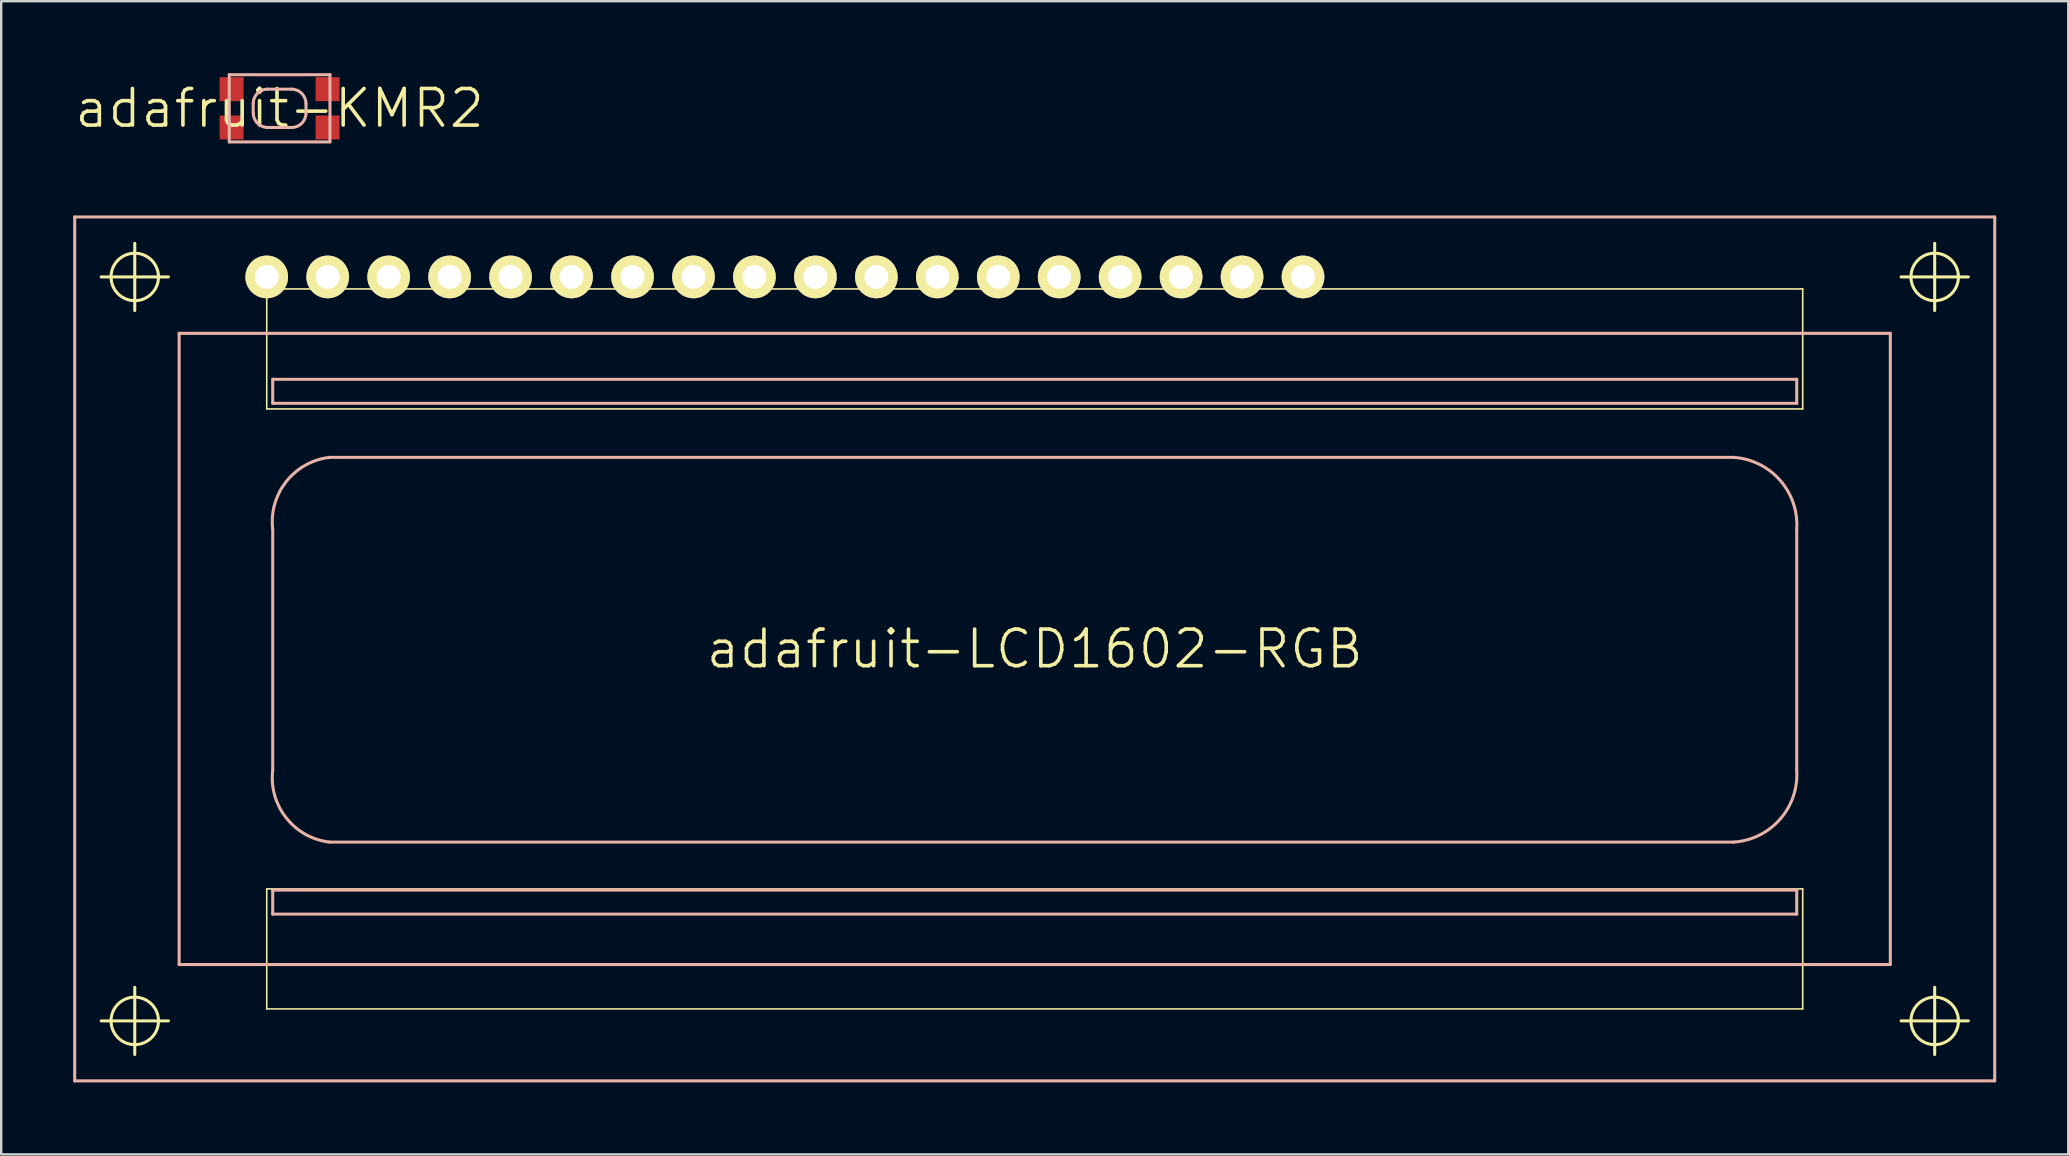
<source format=kicad_pcb>
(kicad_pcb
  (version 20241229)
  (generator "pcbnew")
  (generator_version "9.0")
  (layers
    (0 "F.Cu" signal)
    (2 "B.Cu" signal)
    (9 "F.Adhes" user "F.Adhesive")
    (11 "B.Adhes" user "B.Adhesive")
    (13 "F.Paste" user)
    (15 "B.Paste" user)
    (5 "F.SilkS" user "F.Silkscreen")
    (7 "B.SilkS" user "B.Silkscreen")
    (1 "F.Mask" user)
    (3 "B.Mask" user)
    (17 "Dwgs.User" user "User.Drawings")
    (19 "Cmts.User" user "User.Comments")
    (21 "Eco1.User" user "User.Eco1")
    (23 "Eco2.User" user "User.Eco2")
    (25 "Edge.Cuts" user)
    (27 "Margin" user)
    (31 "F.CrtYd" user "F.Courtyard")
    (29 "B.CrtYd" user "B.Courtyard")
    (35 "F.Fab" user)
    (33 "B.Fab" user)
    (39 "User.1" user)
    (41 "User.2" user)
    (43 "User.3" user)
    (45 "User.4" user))
  (footprint "adafruit-KMR2"
    (layer "F.Cu")
    (at 8.6 1.463)
    (property "Reference" "adafruit-KMR2" (at 0 0 0) (layer "F.SilkS") (effects (font (size 1.524 1.524) (thickness 0.15))))
    (attr smd)
    (fp_line (start -2.098 -1.4) (end 2.098 -1.4) (stroke (width 0.127) (type solid)) (layer "B.SilkS"))
    (fp_line (start -2.098 1.4) (end -2.098 -1.4) (stroke (width 0.127) (type solid)) (layer "B.SilkS"))
    (fp_line (start -1.1 0.198) (end -1.1 -0.198) (stroke (width 0.127) (type solid)) (layer "B.SilkS"))
    (fp_line (start -0.498 -0.798) (end 0.498 -0.798) (stroke (width 0.127) (type solid)) (layer "B.SilkS"))
    (fp_line (start 0.498 0.798) (end -0.498 0.798) (stroke (width 0.127) (type solid)) (layer "B.SilkS"))
    (fp_line (start 1.1 -0.198) (end 1.1 0.198) (stroke (width 0.127) (type solid)) (layer "B.SilkS"))
    (fp_line (start 2.098 -1.4) (end 2.098 1.4) (stroke (width 0.127) (type solid)) (layer "B.SilkS"))
    (fp_line (start 2.098 1.4) (end -2.098 1.4) (stroke (width 0.127) (type solid)) (layer "B.SilkS"))
    (fp_arc (start -1.09982 -0.19812) (mid -0.923504 -0.623784) (end -0.49784 -0.8001) (stroke (width 0.127) (type solid)) (layer "B.SilkS"))
    (fp_arc (start -0.49784 0.79756) (mid -0.921708 0.621988) (end -1.09728 0.19812) (stroke (width 0.127) (type solid)) (layer "B.SilkS"))
    (fp_arc (start 0.49784 -0.79756) (mid 0.921708 -0.621988) (end 1.09728 -0.19812) (stroke (width 0.127) (type solid)) (layer "B.SilkS"))
    (fp_arc (start 1.09982 0.19812) (mid 0.923504 0.623784) (end 0.49784 0.8001) (stroke (width 0.127) (type solid)) (layer "B.SilkS"))
    (pad "1" smd rect (at 1.999 -0.798) (size 0.998 0.998) (layers "F.Cu" "F.Mask" "F.Paste"))
    (pad "2" smd rect (at 1.999 0.798) (size 0.998 0.998) (layers "F.Cu" "F.Mask" "F.Paste"))
    (pad "3" smd rect (at -1.999 -0.798) (size 0.998 0.998) (layers "F.Cu" "F.Mask" "F.Paste"))
    (pad "4" smd rect (at -1.999 0.798) (size 0.998 0.998) (layers "F.Cu" "F.Mask" "F.Paste")))
  (footprint "adafruit-LCD1602-RGB"
    (layer "F.Cu")
    (at 40.063 23.988)
    (property "Reference" "adafruit-LCD1602-RGB" (at 0 0 0) (layer "F.SilkS") (effects (font (size 1.524 1.524) (thickness 0.15))))
    (attr exclude_from_pos_files exclude_from_bom)
    (fp_line (start -38.898 -15.499) (end -36.098 -15.499) (stroke (width 0.127) (type solid)) (layer "F.SilkS"))
    (fp_line (start -38.898 15.499) (end -36.098 15.499) (stroke (width 0.127) (type solid)) (layer "F.SilkS"))
    (fp_line (start -37.498 -14.1) (end -37.498 -16.899) (stroke (width 0.127) (type solid)) (layer "F.SilkS"))
    (fp_line (start -37.498 16.899) (end -37.498 14.1) (stroke (width 0.127) (type solid)) (layer "F.SilkS"))
    (fp_line (start -31.999 -14.999) (end 31.999 -14.999) (stroke (width 0.066) (type solid)) (layer "F.SilkS"))
    (fp_line (start -31.999 -10) (end -31.999 -14.999) (stroke (width 0.066) (type solid)) (layer "F.SilkS"))
    (fp_line (start -31.999 -10) (end 31.999 -10) (stroke (width 0.066) (type solid)) (layer "F.SilkS"))
    (fp_line (start -31.999 10) (end 31.999 10) (stroke (width 0.066) (type solid)) (layer "F.SilkS"))
    (fp_line (start -31.999 14.999) (end -31.999 10) (stroke (width 0.066) (type solid)) (layer "F.SilkS"))
    (fp_line (start -31.999 14.999) (end 31.999 14.999) (stroke (width 0.066) (type solid)) (layer "F.SilkS"))
    (fp_line (start 31.999 -10) (end 31.999 -14.999) (stroke (width 0.066) (type solid)) (layer "F.SilkS"))
    (fp_line (start 31.999 14.999) (end 31.999 10) (stroke (width 0.066) (type solid)) (layer "F.SilkS"))
    (fp_line (start 36.098 -15.499) (end 38.898 -15.499) (stroke (width 0.127) (type solid)) (layer "F.SilkS"))
    (fp_line (start 36.098 15.499) (end 38.898 15.499) (stroke (width 0.127) (type solid)) (layer "F.SilkS"))
    (fp_line (start 37.498 -14.1) (end 37.498 -16.899) (stroke (width 0.127) (type solid)) (layer "F.SilkS"))
    (fp_line (start 37.498 16.899) (end 37.498 14.1) (stroke (width 0.127) (type solid)) (layer "F.SilkS"))
    (fp_circle (center -37.498 -15.499) (end -38.197 -16.198) (stroke (width 0.127) (type solid)) (fill no) (layer "F.SilkS"))
    (fp_circle (center -37.498 15.499) (end -38.197 16.198) (stroke (width 0.127) (type solid)) (fill no) (layer "F.SilkS"))
    (fp_circle (center 37.498 -15.499) (end 38.197 -16.198) (stroke (width 0.127) (type solid)) (fill no) (layer "F.SilkS"))
    (fp_circle (center 37.498 15.499) (end 38.197 16.198) (stroke (width 0.127) (type solid)) (fill no) (layer "F.SilkS"))
    (fp_line (start -40 -17.998) (end -40 17.998) (stroke (width 0.127) (type solid)) (layer "B.SilkS"))
    (fp_line (start -40 17.998) (end 40 17.998) (stroke (width 0.127) (type solid)) (layer "B.SilkS"))
    (fp_line (start -35.649 -13.15) (end 35.649 -13.15) (stroke (width 0.127) (type solid)) (layer "B.SilkS"))
    (fp_line (start -35.649 13.15) (end -35.649 -13.15) (stroke (width 0.127) (type solid)) (layer "B.SilkS"))
    (fp_line (start -31.75 -11.234) (end 31.75 -11.234) (stroke (width 0.127) (type solid)) (layer "B.SilkS"))
    (fp_line (start -31.75 -10.234) (end -31.75 -11.234) (stroke (width 0.127) (type solid)) (layer "B.SilkS"))
    (fp_line (start -31.75 -4.981) (end -31.75 5.05) (stroke (width 0.127) (type solid)) (layer "B.SilkS"))
    (fp_line (start -31.75 10.048) (end -31.75 11.049) (stroke (width 0.127) (type solid)) (layer "B.SilkS"))
    (fp_line (start -31.75 11.049) (end 31.75 11.049) (stroke (width 0.127) (type solid)) (layer "B.SilkS"))
    (fp_line (start -29.385 8.049) (end 29.121 8.049) (stroke (width 0.127) (type solid)) (layer "B.SilkS"))
    (fp_line (start 29.121 -7.981) (end -29.385 -7.981) (stroke (width 0.127) (type solid)) (layer "B.SilkS"))
    (fp_line (start 31.75 -11.234) (end 31.75 -10.234) (stroke (width 0.127) (type solid)) (layer "B.SilkS"))
    (fp_line (start 31.75 -10.234) (end -31.75 -10.234) (stroke (width 0.127) (type solid)) (layer "B.SilkS"))
    (fp_line (start 31.75 5.05) (end 31.75 -4.981) (stroke (width 0.127) (type solid)) (layer "B.SilkS"))
    (fp_line (start 31.75 10.048) (end -31.75 10.048) (stroke (width 0.127) (type solid)) (layer "B.SilkS"))
    (fp_line (start 31.75 11.049) (end 31.75 10.048) (stroke (width 0.127) (type solid)) (layer "B.SilkS"))
    (fp_line (start 35.649 -13.15) (end 35.649 13.15) (stroke (width 0.127) (type solid)) (layer "B.SilkS"))
    (fp_line (start 35.649 13.15) (end -35.649 13.15) (stroke (width 0.127) (type solid)) (layer "B.SilkS"))
    (fp_line (start 40 -17.998) (end -40 -17.998) (stroke (width 0.127) (type solid)) (layer "B.SilkS"))
    (fp_line (start 40 17.998) (end 40 -17.998) (stroke (width 0.127) (type solid)) (layer "B.SilkS"))
    (fp_arc (start -31.75 -4.98094) (mid -31.188896 -6.970564) (end -29.38526 -7.98068) (stroke (width 0.127) (type solid)) (layer "B.SilkS"))
    (fp_arc (start -29.38526 8.04926) (mid -31.188896 7.039144) (end -31.75 5.04952) (stroke (width 0.127) (type solid)) (layer "B.SilkS"))
    (fp_arc (start 29.1211 -7.98068) (mid 31.056816 -7.025273) (end 31.75 -4.98094) (stroke (width 0.127) (type solid)) (layer "B.SilkS"))
    (fp_arc (start 31.75 5.04952) (mid 31.056816 7.093853) (end 29.1211 8.04926) (stroke (width 0.127) (type solid)) (layer "B.SilkS"))
    (pad "1" thru_hole circle (at -31.999 -15.499) (size 1.778 1.778) (drill 0.998) (layers "*.Cu" "F.Mask" "F.SilkS" "F.Paste"))
    (pad "2" thru_hole circle (at -29.459 -15.499) (size 1.778 1.778) (drill 0.998) (layers "*.Cu" "F.Mask" "F.SilkS" "F.Paste"))
    (pad "3" thru_hole circle (at -26.919 -15.499) (size 1.778 1.778) (drill 0.998) (layers "*.Cu" "F.Mask" "F.SilkS" "F.Paste"))
    (pad "4" thru_hole circle (at -24.379 -15.499) (size 1.778 1.778) (drill 0.998) (layers "*.Cu" "F.Mask" "F.SilkS" "F.Paste"))
    (pad "5" thru_hole circle (at -21.839 -15.499) (size 1.778 1.778) (drill 0.998) (layers "*.Cu" "F.Mask" "F.SilkS" "F.Paste"))
    (pad "6" thru_hole circle (at -19.299 -15.499) (size 1.778 1.778) (drill 0.998) (layers "*.Cu" "F.Mask" "F.SilkS" "F.Paste"))
    (pad "7" thru_hole circle (at -16.759 -15.499) (size 1.778 1.778) (drill 0.998) (layers "*.Cu" "F.Mask" "F.SilkS" "F.Paste"))
    (pad "8" thru_hole circle (at -14.219 -15.499) (size 1.778 1.778) (drill 0.998) (layers "*.Cu" "F.Mask" "F.SilkS" "F.Paste"))
    (pad "9" thru_hole circle (at -11.679 -15.499) (size 1.778 1.778) (drill 0.998) (layers "*.Cu" "F.Mask" "F.SilkS" "F.Paste"))
    (pad "10" thru_hole circle (at -9.139 -15.499) (size 1.778 1.778) (drill 0.998) (layers "*.Cu" "F.Mask" "F.SilkS" "F.Paste"))
    (pad "11" thru_hole circle (at -6.599 -15.499) (size 1.778 1.778) (drill 0.998) (layers "*.Cu" "F.Mask" "F.SilkS" "F.Paste"))
    (pad "12" thru_hole circle (at -4.059 -15.499) (size 1.778 1.778) (drill 0.998) (layers "*.Cu" "F.Mask" "F.SilkS" "F.Paste"))
    (pad "13" thru_hole circle (at -1.519 -15.499) (size 1.778 1.778) (drill 0.998) (layers "*.Cu" "F.Mask" "F.SilkS" "F.Paste"))
    (pad "14" thru_hole circle (at 1.019 -15.499) (size 1.778 1.778) (drill 0.998) (layers "*.Cu" "F.Mask" "F.SilkS" "F.Paste"))
    (pad "15" thru_hole circle (at 3.559 -15.499) (size 1.778 1.778) (drill 0.998) (layers "*.Cu" "F.Mask" "F.SilkS" "F.Paste"))
    (pad "16" thru_hole circle (at 6.099 -15.499) (size 1.778 1.778) (drill 0.998) (layers "*.Cu" "F.Mask" "F.SilkS" "F.Paste"))
    (pad "17" thru_hole circle (at 8.639 -15.499) (size 1.778 1.778) (drill 0.998) (layers "*.Cu" "F.Mask" "F.SilkS" "F.Paste"))
    (pad "18" thru_hole circle (at 11.179 -15.499) (size 1.778 1.778) (drill 0.998) (layers "*.Cu" "F.Mask" "F.SilkS" "F.Paste")))
  (gr_rect
    (start -3 -3)
    (end 83.127 45.05)
    (stroke (width 0.1) (type default))
    (fill no)
    (layer "Edge.Cuts")))
</source>
